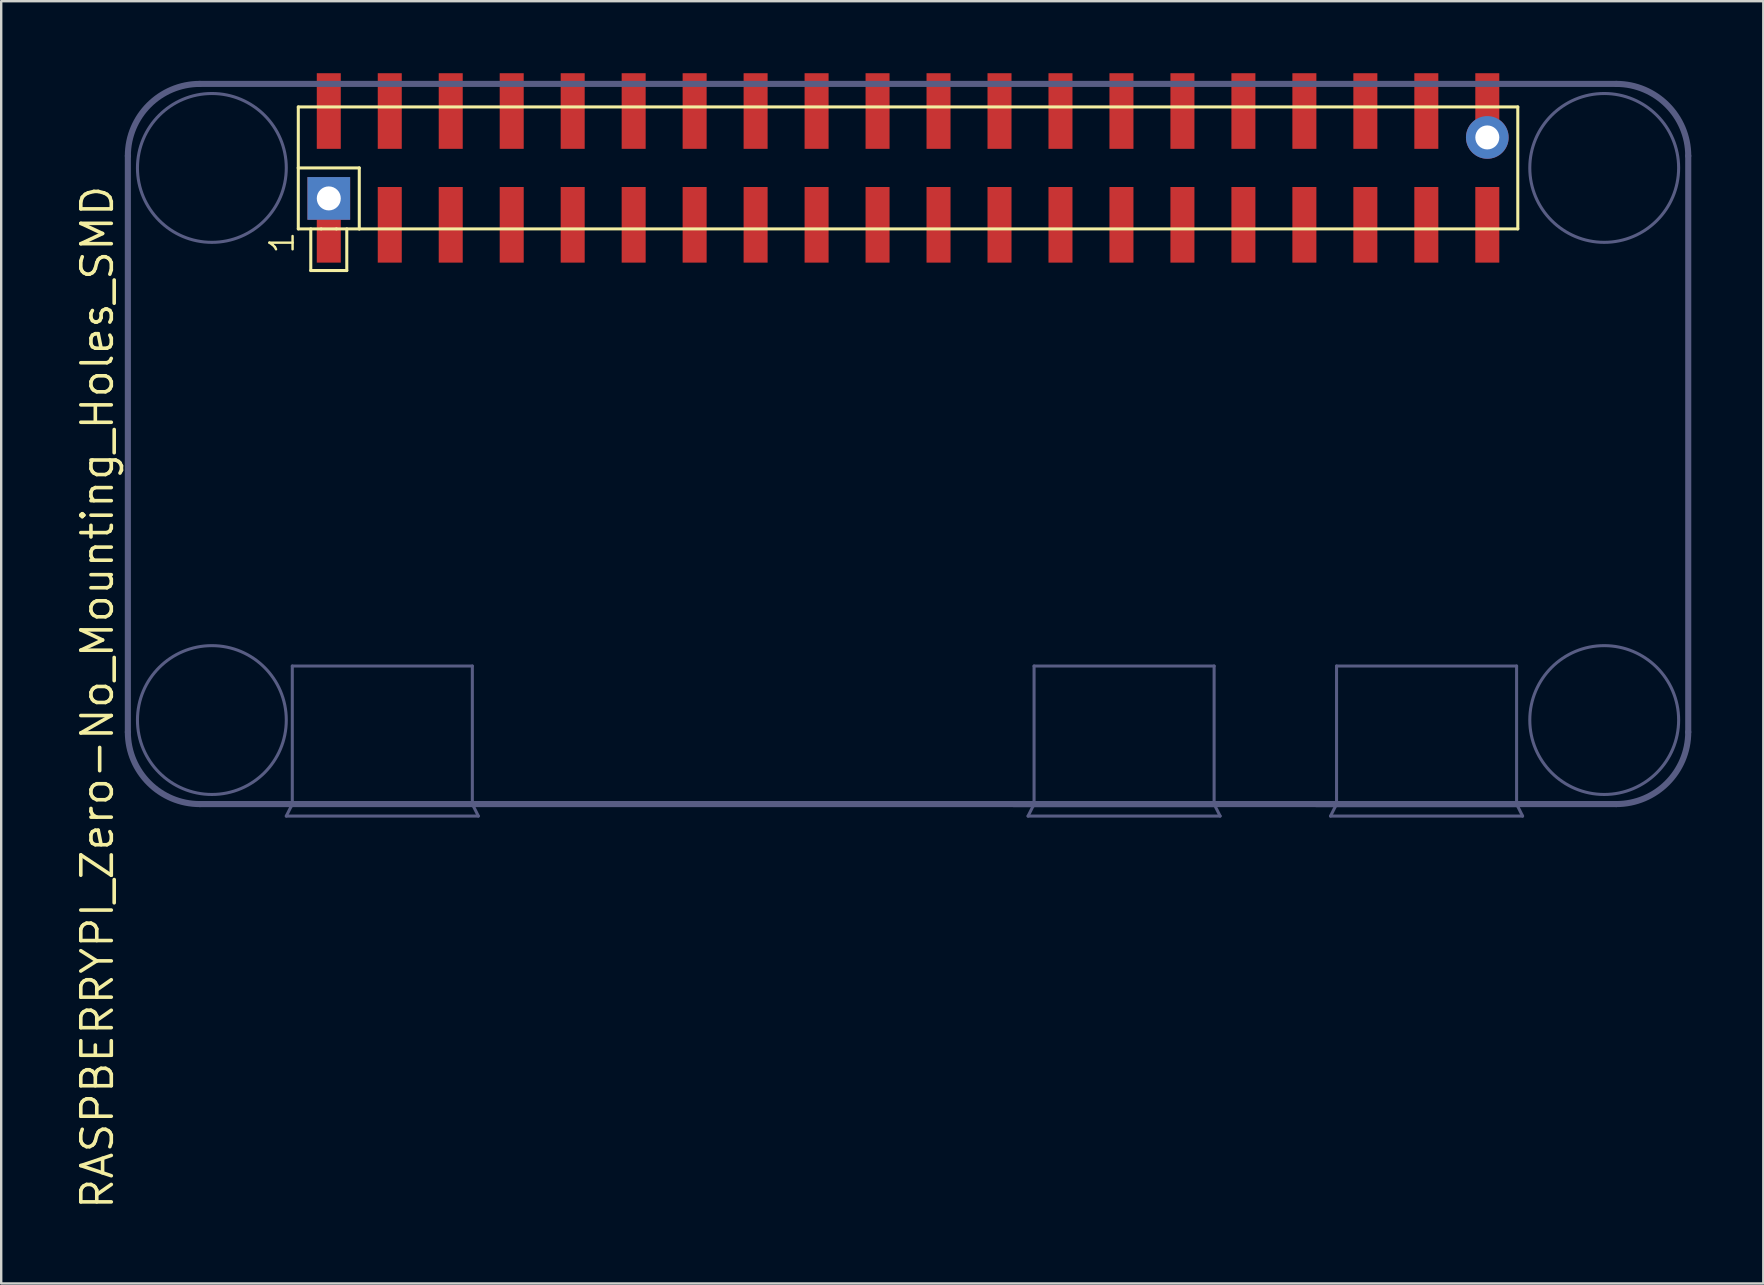
<source format=kicad_pcb>
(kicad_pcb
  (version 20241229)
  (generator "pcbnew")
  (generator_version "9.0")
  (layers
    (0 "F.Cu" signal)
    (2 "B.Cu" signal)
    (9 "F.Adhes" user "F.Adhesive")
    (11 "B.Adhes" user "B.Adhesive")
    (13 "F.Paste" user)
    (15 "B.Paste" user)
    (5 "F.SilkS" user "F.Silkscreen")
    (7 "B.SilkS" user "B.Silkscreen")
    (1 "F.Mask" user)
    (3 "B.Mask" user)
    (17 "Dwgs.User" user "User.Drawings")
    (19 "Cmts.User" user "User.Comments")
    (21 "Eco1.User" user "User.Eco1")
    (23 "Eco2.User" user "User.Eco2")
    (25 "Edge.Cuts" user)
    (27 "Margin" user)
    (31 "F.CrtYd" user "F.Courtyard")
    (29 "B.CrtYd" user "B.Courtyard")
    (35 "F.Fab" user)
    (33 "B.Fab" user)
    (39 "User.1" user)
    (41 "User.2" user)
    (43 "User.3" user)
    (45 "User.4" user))
  (footprint "RASPBERRYPI_Zero-No_Mounting_Holes_SMD"
    (layer "F.Cu")
    (at 2.276 30.445)
    (property "Reference" "RASPBERRYPI_Zero-No_Mounting_Holes_SMD" (at -1.27 -4.445 90) (layer "F.SilkS") (effects (font (size 1.27 1.27) (thickness 0.15))))
    (attr through_hole)
    (fp_line (start 7.1 -29.04) (end 7.1 -26.5) (stroke (width 0.127) (type solid)) (layer "F.SilkS"))
    (fp_line (start 7.1 -26.5) (end 7.1 -23.96) (stroke (width 0.127) (type solid)) (layer "F.SilkS"))
    (fp_line (start 7.1 -26.5) (end 9.64 -26.5) (stroke (width 0.127) (type solid)) (layer "F.SilkS"))
    (fp_line (start 7.1 -23.96) (end 8.053 -23.96) (stroke (width 0.127) (type solid)) (layer "F.SilkS"))
    (fp_line (start 7.62 -23.96) (end 7.62 -22.225) (stroke (width 0.127) (type solid)) (layer "F.SilkS"))
    (fp_line (start 7.62 -22.225) (end 9.12 -22.225) (stroke (width 0.127) (type solid)) (layer "F.SilkS"))
    (fp_line (start 8.053 -23.96) (end 8.688 -23.96) (stroke (width 0.127) (type solid)) (layer "F.SilkS"))
    (fp_line (start 8.688 -23.96) (end 9.64 -23.96) (stroke (width 0.127) (type solid)) (layer "F.SilkS"))
    (fp_line (start 9.12 -23.96) (end 9.12 -22.225) (stroke (width 0.127) (type solid)) (layer "F.SilkS"))
    (fp_line (start 9.64 -26.5) (end 9.64 -23.96) (stroke (width 0.127) (type solid)) (layer "F.SilkS"))
    (fp_line (start 9.64 -23.96) (end 57.9 -23.96) (stroke (width 0.127) (type solid)) (layer "F.SilkS"))
    (fp_line (start 57.9 -29.04) (end 7.1 -29.04) (stroke (width 0.127) (type solid)) (layer "F.SilkS"))
    (fp_line (start 57.9 -23.96) (end 57.9 -29.04) (stroke (width 0.127) (type solid)) (layer "F.SilkS"))
    (fp_line (start 0 -27) (end 0 -3) (stroke (width 0.254) (type solid)) (layer "B.Fab"))
    (fp_line (start 3 0) (end 6.85 0) (stroke (width 0.254) (type solid)) (layer "B.Fab"))
    (fp_line (start 6.6 0.5) (end 14.6 0.5) (stroke (width 0.127) (type solid)) (layer "B.Fab"))
    (fp_line (start 6.85 -5.75) (end 14.35 -5.75) (stroke (width 0.127) (type solid)) (layer "B.Fab"))
    (fp_line (start 6.85 0) (end 6.6 0.5) (stroke (width 0.127) (type solid)) (layer "B.Fab"))
    (fp_line (start 6.85 0) (end 6.85 -5.75) (stroke (width 0.127) (type solid)) (layer "B.Fab"))
    (fp_line (start 6.85 0) (end 14.35 0) (stroke (width 0.254) (type solid)) (layer "B.Fab"))
    (fp_line (start 14.35 -5.75) (end 14.35 0) (stroke (width 0.127) (type solid)) (layer "B.Fab"))
    (fp_line (start 14.35 0) (end 62 0) (stroke (width 0.254) (type solid)) (layer "B.Fab"))
    (fp_line (start 14.6 0.5) (end 14.35 0) (stroke (width 0.127) (type solid)) (layer "B.Fab"))
    (fp_line (start 36.9 0) (end 37.75 0) (stroke (width 0.254) (type solid)) (layer "B.Fab"))
    (fp_line (start 37.5 0.5) (end 45.5 0.5) (stroke (width 0.127) (type solid)) (layer "B.Fab"))
    (fp_line (start 37.75 -5.75) (end 45.25 -5.75) (stroke (width 0.127) (type solid)) (layer "B.Fab"))
    (fp_line (start 37.75 0) (end 37.5 0.5) (stroke (width 0.127) (type solid)) (layer "B.Fab"))
    (fp_line (start 37.75 0) (end 37.75 -5.75) (stroke (width 0.127) (type solid)) (layer "B.Fab"))
    (fp_line (start 37.75 0) (end 45.25 0) (stroke (width 0.254) (type solid)) (layer "B.Fab"))
    (fp_line (start 45.25 -5.75) (end 45.25 0) (stroke (width 0.127) (type solid)) (layer "B.Fab"))
    (fp_line (start 45.5 0.5) (end 45.25 0) (stroke (width 0.127) (type solid)) (layer "B.Fab"))
    (fp_line (start 49.5 0) (end 50.35 0) (stroke (width 0.254) (type solid)) (layer "B.Fab"))
    (fp_line (start 50.1 0.5) (end 58.1 0.5) (stroke (width 0.127) (type solid)) (layer "B.Fab"))
    (fp_line (start 50.35 -5.75) (end 57.85 -5.75) (stroke (width 0.127) (type solid)) (layer "B.Fab"))
    (fp_line (start 50.35 0) (end 50.1 0.5) (stroke (width 0.127) (type solid)) (layer "B.Fab"))
    (fp_line (start 50.35 0) (end 50.35 -5.75) (stroke (width 0.127) (type solid)) (layer "B.Fab"))
    (fp_line (start 50.35 0) (end 57.85 0) (stroke (width 0.254) (type solid)) (layer "B.Fab"))
    (fp_line (start 57.85 -5.75) (end 57.85 0) (stroke (width 0.127) (type solid)) (layer "B.Fab"))
    (fp_line (start 58.1 0.5) (end 57.85 0) (stroke (width 0.127) (type solid)) (layer "B.Fab"))
    (fp_line (start 62 -30) (end 3 -30) (stroke (width 0.254) (type solid)) (layer "B.Fab"))
    (fp_line (start 65 -3) (end 65 -27) (stroke (width 0.254) (type solid)) (layer "B.Fab"))
    (fp_arc (start 0 -27) (mid 0.87868 -29.12132) (end 3 -30) (stroke (width 0.254) (type solid)) (layer "B.Fab"))
    (fp_arc (start 3 0) (mid 0.87868 -0.87868) (end 0 -3) (stroke (width 0.254) (type solid)) (layer "B.Fab"))
    (fp_arc (start 62 -30) (mid 64.12132 -29.12132) (end 65 -27) (stroke (width 0.254) (type solid)) (layer "B.Fab"))
    (fp_arc (start 65 -3) (mid 64.12132 -0.87868) (end 62 0) (stroke (width 0.254) (type solid)) (layer "B.Fab"))
    (fp_circle (center 3.5 -26.5) (end 6.6 -26.5) (stroke (width 0.127) (type solid)) (fill no) (layer "B.Fab"))
    (fp_circle (center 3.5 -3.5) (end 6.6 -3.5) (stroke (width 0.127) (type solid)) (fill no) (layer "B.Fab"))
    (fp_circle (center 61.5 -26.5) (end 64.6 -26.5) (stroke (width 0.127) (type solid)) (fill no) (layer "B.Fab"))
    (fp_circle (center 61.5 -3.5) (end 64.6 -3.5) (stroke (width 0.127) (type solid)) (fill no) (layer "B.Fab"))
    (fp_text user "1" (at 6.985 -22.86 90) (layer "F.SilkS") (effects (font (size 0.965 0.965) (thickness 0.102)) (justify left bottom)))
    (pad "1" thru_hole rect (at 8.37 -25.23) (size 1.778 1.778) (drill 1) (layers "*.Cu" "*.Mask"))
    (pad "1" smd rect (at 8.37 -24.13) (size 1 3.15) (layers "F.Cu" "F.Mask" "F.Paste"))
    (pad "2" smd rect (at 8.37 -28.87) (size 1 3.15) (layers "F.Cu" "F.Mask" "F.Paste"))
    (pad "3" smd rect (at 10.91 -24.13) (size 1 3.15) (layers "F.Cu" "F.Mask" "F.Paste"))
    (pad "4" smd rect (at 10.91 -28.87) (size 1 3.15) (layers "F.Cu" "F.Mask" "F.Paste"))
    (pad "5" smd rect (at 13.45 -24.13) (size 1 3.15) (layers "F.Cu" "F.Mask" "F.Paste"))
    (pad "6" smd rect (at 13.45 -28.87) (size 1 3.15) (layers "F.Cu" "F.Mask" "F.Paste"))
    (pad "7" smd rect (at 15.99 -24.13) (size 1 3.15) (layers "F.Cu" "F.Mask" "F.Paste"))
    (pad "8" smd rect (at 15.99 -28.87) (size 1 3.15) (layers "F.Cu" "F.Mask" "F.Paste"))
    (pad "9" smd rect (at 18.53 -24.13) (size 1 3.15) (layers "F.Cu" "F.Mask" "F.Paste"))
    (pad "10" smd rect (at 18.53 -28.87) (size 1 3.15) (layers "F.Cu" "F.Mask" "F.Paste"))
    (pad "11" smd rect (at 21.07 -24.13) (size 1 3.15) (layers "F.Cu" "F.Mask" "F.Paste"))
    (pad "12" smd rect (at 21.07 -28.87) (size 1 3.15) (layers "F.Cu" "F.Mask" "F.Paste"))
    (pad "13" smd rect (at 23.61 -24.13) (size 1 3.15) (layers "F.Cu" "F.Mask" "F.Paste"))
    (pad "14" smd rect (at 23.61 -28.87) (size 1 3.15) (layers "F.Cu" "F.Mask" "F.Paste"))
    (pad "15" smd rect (at 26.15 -24.13) (size 1 3.15) (layers "F.Cu" "F.Mask" "F.Paste"))
    (pad "16" smd rect (at 26.15 -28.87) (size 1 3.15) (layers "F.Cu" "F.Mask" "F.Paste"))
    (pad "17" smd rect (at 28.69 -24.13) (size 1 3.15) (layers "F.Cu" "F.Mask" "F.Paste"))
    (pad "18" smd rect (at 28.69 -28.87) (size 1 3.15) (layers "F.Cu" "F.Mask" "F.Paste"))
    (pad "19" smd rect (at 31.23 -24.13) (size 1 3.15) (layers "F.Cu" "F.Mask" "F.Paste"))
    (pad "20" smd rect (at 31.23 -28.87) (size 1 3.15) (layers "F.Cu" "F.Mask" "F.Paste"))
    (pad "21" smd rect (at 33.77 -24.13) (size 1 3.15) (layers "F.Cu" "F.Mask" "F.Paste"))
    (pad "22" smd rect (at 33.77 -28.87) (size 1 3.15) (layers "F.Cu" "F.Mask" "F.Paste"))
    (pad "23" smd rect (at 36.31 -24.13) (size 1 3.15) (layers "F.Cu" "F.Mask" "F.Paste"))
    (pad "24" smd rect (at 36.31 -28.87) (size 1 3.15) (layers "F.Cu" "F.Mask" "F.Paste"))
    (pad "25" smd rect (at 38.85 -24.13) (size 1 3.15) (layers "F.Cu" "F.Mask" "F.Paste"))
    (pad "26" smd rect (at 38.85 -28.87) (size 1 3.15) (layers "F.Cu" "F.Mask" "F.Paste"))
    (pad "27" smd rect (at 41.39 -24.13) (size 1 3.15) (layers "F.Cu" "F.Mask" "F.Paste"))
    (pad "28" smd rect (at 41.39 -28.87) (size 1 3.15) (layers "F.Cu" "F.Mask" "F.Paste"))
    (pad "29" smd rect (at 43.93 -24.13) (size 1 3.15) (layers "F.Cu" "F.Mask" "F.Paste"))
    (pad "30" smd rect (at 43.93 -28.87) (size 1 3.15) (layers "F.Cu" "F.Mask" "F.Paste"))
    (pad "31" smd rect (at 46.47 -24.13) (size 1 3.15) (layers "F.Cu" "F.Mask" "F.Paste"))
    (pad "32" smd rect (at 46.47 -28.87) (size 1 3.15) (layers "F.Cu" "F.Mask" "F.Paste"))
    (pad "33" smd rect (at 49.01 -24.13) (size 1 3.15) (layers "F.Cu" "F.Mask" "F.Paste"))
    (pad "34" smd rect (at 49.01 -28.87) (size 1 3.15) (layers "F.Cu" "F.Mask" "F.Paste"))
    (pad "35" smd rect (at 51.55 -24.13) (size 1 3.15) (layers "F.Cu" "F.Mask" "F.Paste"))
    (pad "36" smd rect (at 51.55 -28.87) (size 1 3.15) (layers "F.Cu" "F.Mask" "F.Paste"))
    (pad "37" smd rect (at 54.09 -24.13) (size 1 3.15) (layers "F.Cu" "F.Mask" "F.Paste"))
    (pad "38" smd rect (at 54.09 -28.87) (size 1 3.15) (layers "F.Cu" "F.Mask" "F.Paste"))
    (pad "39" smd rect (at 56.63 -24.13) (size 1 3.15) (layers "F.Cu" "F.Mask" "F.Paste"))
    (pad "40" smd rect (at 56.63 -28.87) (size 1 3.15) (layers "F.Cu" "F.Mask" "F.Paste"))
    (pad "40" thru_hole circle (at 56.63 -27.77) (size 1.778 1.778) (drill 1) (layers "*.Cu" "*.Mask")))
  (gr_rect
    (start -3 -3)
    (end 70.403 50.416)
    (stroke (width 0.1) (type default))
    (fill no)
    (layer "Edge.Cuts")))
</source>
